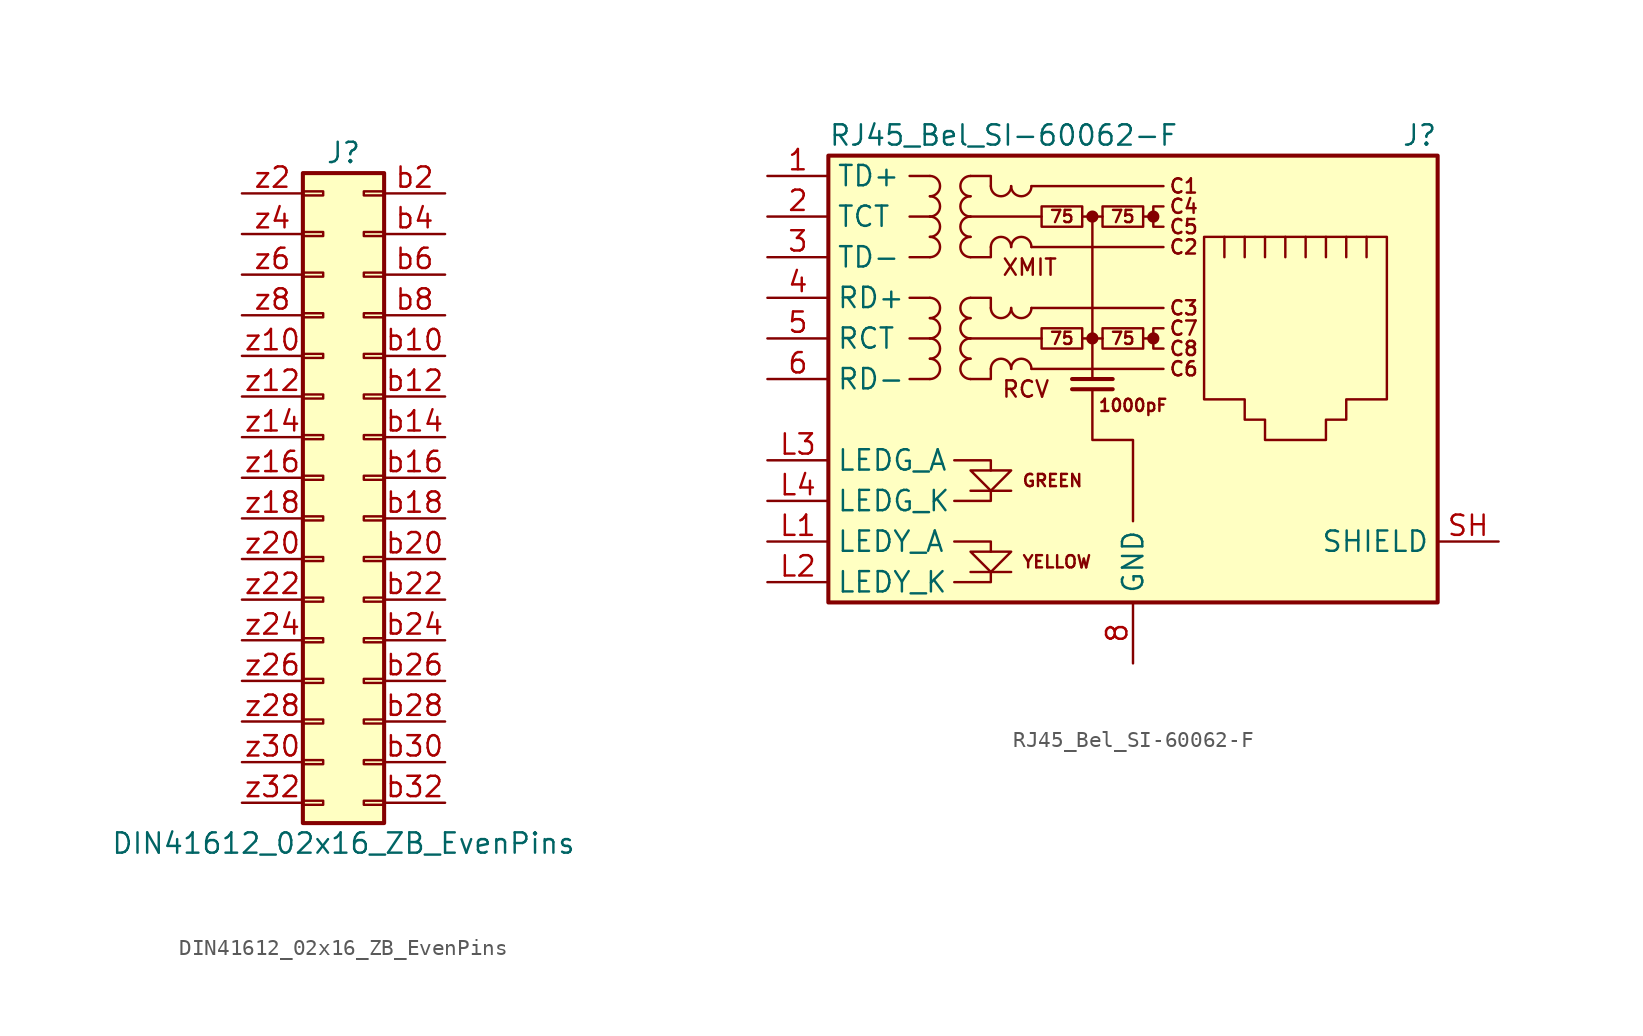
<source format=kicad_sym>
(kicad_symbol_lib
  (version 20201005)
  (generator kicad_symbol_editor)
  (symbol "Connector:DIN41612_02x16_ZB_EvenPins"
    (pin_names
      (offset 1.016) hide)
    (property "Reference" "J"
      (at 1.27 20.32 0)
      (effects (font (size 1.27 1.27))))
    (property "Value" "DIN41612_02x16_ZB_EvenPins"
      (at 1.27 -22.86 0)
      (effects (font (size 1.27 1.27))))
    (symbol "DIN41612_02x16_ZB_EvenPins_1_1"
      (rectangle (start -1.27 -20.193) (end 0 -20.447) (stroke (width 0.152)) (fill (type none)))
      (rectangle (start -1.27 -17.653) (end 0 -17.907) (stroke (width 0.152)) (fill (type none)))
      (rectangle (start -1.27 -15.113) (end 0 -15.367) (stroke (width 0.152)) (fill (type none)))
      (rectangle (start -1.27 -12.573) (end 0 -12.827) (stroke (width 0.152)) (fill (type none)))
      (rectangle (start -1.27 -10.033) (end 0 -10.287) (stroke (width 0.152)) (fill (type none)))
      (rectangle (start -1.27 -7.493) (end 0 -7.747) (stroke (width 0.152)) (fill (type none)))
      (rectangle (start -1.27 -4.953) (end 0 -5.207) (stroke (width 0.152)) (fill (type none)))
      (rectangle (start -1.27 -2.413) (end 0 -2.667) (stroke (width 0.152)) (fill (type none)))
      (rectangle (start -1.27 0.127) (end 0 -0.127) (stroke (width 0.152)) (fill (type none)))
      (rectangle (start -1.27 2.667) (end 0 2.413) (stroke (width 0.152)) (fill (type none)))
      (rectangle (start -1.27 5.207) (end 0 4.953) (stroke (width 0.152)) (fill (type none)))
      (rectangle (start -1.27 7.747) (end 0 7.493) (stroke (width 0.152)) (fill (type none)))
      (rectangle (start -1.27 10.287) (end 0 10.033) (stroke (width 0.152)) (fill (type none)))
      (rectangle (start -1.27 12.827) (end 0 12.573) (stroke (width 0.152)) (fill (type none)))
      (rectangle (start -1.27 15.367) (end 0 15.113) (stroke (width 0.152)) (fill (type none)))
      (rectangle (start -1.27 17.907) (end 0 17.653) (stroke (width 0.152)) (fill (type none)))
      (rectangle (start 3.81 -20.193) (end 2.54 -20.447) (stroke (width 0.152)) (fill (type none)))
      (rectangle (start 3.81 -17.653) (end 2.54 -17.907) (stroke (width 0.152)) (fill (type none)))
      (rectangle (start 3.81 -15.113) (end 2.54 -15.367) (stroke (width 0.152)) (fill (type none)))
      (rectangle (start 3.81 -12.573) (end 2.54 -12.827) (stroke (width 0.152)) (fill (type none)))
      (rectangle (start 3.81 -10.033) (end 2.54 -10.287) (stroke (width 0.152)) (fill (type none)))
      (rectangle (start 3.81 -7.493) (end 2.54 -7.747) (stroke (width 0.152)) (fill (type none)))
      (rectangle (start 3.81 -4.953) (end 2.54 -5.207) (stroke (width 0.152)) (fill (type none)))
      (rectangle (start 3.81 -2.413) (end 2.54 -2.667) (stroke (width 0.152)) (fill (type none)))
      (rectangle (start 3.81 0.127) (end 2.54 -0.127) (stroke (width 0.152)) (fill (type none)))
      (rectangle (start 3.81 2.667) (end 2.54 2.413) (stroke (width 0.152)) (fill (type none)))
      (rectangle (start 3.81 5.207) (end 2.54 4.953) (stroke (width 0.152)) (fill (type none)))
      (rectangle (start 3.81 7.747) (end 2.54 7.493) (stroke (width 0.152)) (fill (type none)))
      (rectangle (start 3.81 10.287) (end 2.54 10.033) (stroke (width 0.152)) (fill (type none)))
      (rectangle (start 3.81 12.827) (end 2.54 12.573) (stroke (width 0.152)) (fill (type none)))
      (rectangle (start 3.81 15.367) (end 2.54 15.113) (stroke (width 0.152)) (fill (type none)))
      (rectangle (start 3.81 17.907) (end 2.54 17.653) (stroke (width 0.152)) (fill (type none)))
      (rectangle (start -1.27 19.05) (end 3.81 -21.59) (stroke (width 0.254)) (fill (type background)))
      (pin passive line (at 7.62 7.62 180) (length 3.81) (name "Pin_b10" (effects (font (size 1.27 1.27)))) (number "b10" (effects (font (size 1.27 1.27)))))
      (pin passive line (at 7.62 5.08 180) (length 3.81) (name "Pin_b12" (effects (font (size 1.27 1.27)))) (number "b12" (effects (font (size 1.27 1.27)))))
      (pin passive line (at 7.62 2.54 180) (length 3.81) (name "Pin_b14" (effects (font (size 1.27 1.27)))) (number "b14" (effects (font (size 1.27 1.27)))))
      (pin passive line (at 7.62 0 180) (length 3.81) (name "Pin_b16" (effects (font (size 1.27 1.27)))) (number "b16" (effects (font (size 1.27 1.27)))))
      (pin passive line (at 7.62 -2.54 180) (length 3.81) (name "Pin_b18" (effects (font (size 1.27 1.27)))) (number "b18" (effects (font (size 1.27 1.27)))))
      (pin passive line (at 7.62 17.78 180) (length 3.81) (name "Pin_b2" (effects (font (size 1.27 1.27)))) (number "b2" (effects (font (size 1.27 1.27)))))
      (pin passive line (at 7.62 -5.08 180) (length 3.81) (name "Pin_b20" (effects (font (size 1.27 1.27)))) (number "b20" (effects (font (size 1.27 1.27)))))
      (pin passive line (at 7.62 -7.62 180) (length 3.81) (name "Pin_b22" (effects (font (size 1.27 1.27)))) (number "b22" (effects (font (size 1.27 1.27)))))
      (pin passive line (at 7.62 -10.16 180) (length 3.81) (name "Pin_b24" (effects (font (size 1.27 1.27)))) (number "b24" (effects (font (size 1.27 1.27)))))
      (pin passive line (at 7.62 -12.7 180) (length 3.81) (name "Pin_b26" (effects (font (size 1.27 1.27)))) (number "b26" (effects (font (size 1.27 1.27)))))
      (pin passive line (at 7.62 -15.24 180) (length 3.81) (name "Pin_b28" (effects (font (size 1.27 1.27)))) (number "b28" (effects (font (size 1.27 1.27)))))
      (pin passive line (at 7.62 -17.78 180) (length 3.81) (name "Pin_b30" (effects (font (size 1.27 1.27)))) (number "b30" (effects (font (size 1.27 1.27)))))
      (pin passive line (at 7.62 -20.32 180) (length 3.81) (name "Pin_b32" (effects (font (size 1.27 1.27)))) (number "b32" (effects (font (size 1.27 1.27)))))
      (pin passive line (at 7.62 15.24 180) (length 3.81) (name "Pin_b4" (effects (font (size 1.27 1.27)))) (number "b4" (effects (font (size 1.27 1.27)))))
      (pin passive line (at 7.62 12.7 180) (length 3.81) (name "Pin_b6" (effects (font (size 1.27 1.27)))) (number "b6" (effects (font (size 1.27 1.27)))))
      (pin passive line (at 7.62 10.16 180) (length 3.81) (name "Pin_b8" (effects (font (size 1.27 1.27)))) (number "b8" (effects (font (size 1.27 1.27)))))
      (pin passive line (at -5.08 7.62 0) (length 3.81) (name "Pin_z10" (effects (font (size 1.27 1.27)))) (number "z10" (effects (font (size 1.27 1.27)))))
      (pin passive line (at -5.08 5.08 0) (length 3.81) (name "Pin_z12" (effects (font (size 1.27 1.27)))) (number "z12" (effects (font (size 1.27 1.27)))))
      (pin passive line (at -5.08 2.54 0) (length 3.81) (name "Pin_z14" (effects (font (size 1.27 1.27)))) (number "z14" (effects (font (size 1.27 1.27)))))
      (pin passive line (at -5.08 0 0) (length 3.81) (name "Pin_z16" (effects (font (size 1.27 1.27)))) (number "z16" (effects (font (size 1.27 1.27)))))
      (pin passive line (at -5.08 -2.54 0) (length 3.81) (name "Pin_z18" (effects (font (size 1.27 1.27)))) (number "z18" (effects (font (size 1.27 1.27)))))
      (pin passive line (at -5.08 17.78 0) (length 3.81) (name "Pin_z2" (effects (font (size 1.27 1.27)))) (number "z2" (effects (font (size 1.27 1.27)))))
      (pin passive line (at -5.08 -5.08 0) (length 3.81) (name "Pin_z20" (effects (font (size 1.27 1.27)))) (number "z20" (effects (font (size 1.27 1.27)))))
      (pin passive line (at -5.08 -7.62 0) (length 3.81) (name "Pin_z22" (effects (font (size 1.27 1.27)))) (number "z22" (effects (font (size 1.27 1.27)))))
      (pin passive line (at -5.08 -10.16 0) (length 3.81) (name "Pin_z24" (effects (font (size 1.27 1.27)))) (number "z24" (effects (font (size 1.27 1.27)))))
      (pin passive line (at -5.08 -12.7 0) (length 3.81) (name "Pin_z26" (effects (font (size 1.27 1.27)))) (number "z26" (effects (font (size 1.27 1.27)))))
      (pin passive line (at -5.08 -15.24 0) (length 3.81) (name "Pin_z28" (effects (font (size 1.27 1.27)))) (number "z28" (effects (font (size 1.27 1.27)))))
      (pin passive line (at -5.08 -17.78 0) (length 3.81) (name "Pin_z30" (effects (font (size 1.27 1.27)))) (number "z30" (effects (font (size 1.27 1.27)))))
      (pin passive line (at -5.08 -20.32 0) (length 3.81) (name "Pin_z32" (effects (font (size 1.27 1.27)))) (number "z32" (effects (font (size 1.27 1.27)))))
      (pin passive line (at -5.08 15.24 0) (length 3.81) (name "Pin_z4" (effects (font (size 1.27 1.27)))) (number "z4" (effects (font (size 1.27 1.27)))))
      (pin passive line (at -5.08 12.7 0) (length 3.81) (name "Pin_z6" (effects (font (size 1.27 1.27)))) (number "z6" (effects (font (size 1.27 1.27)))))
      (pin passive line (at -5.08 10.16 0) (length 3.81) (name "Pin_z8" (effects (font (size 1.27 1.27)))) (number "z8" (effects (font (size 1.27 1.27)))))))
  (symbol "Connector:RJ45_Bel_SI-60062-F"
    (property "Reference" "J"
      (at 19.05 15.24 0)
      (effects (font (size 1.27 1.27)) (justify right)))
    (property "Value" "RJ45_Bel_SI-60062-F"
      (at -19.05 15.24 0)
      (effects (font (size 1.27 1.27)) (justify left)))
    (symbol "RJ45_Bel_SI-60062-F_0_0"
      (circle (center -2.54 2.54) (radius 0.254) (stroke (width 0.254)) (fill (type outline)))
      (circle (center -2.54 10.16) (radius 0.254) (stroke (width 0.254)) (fill (type outline)))
      (circle (center 1.27 2.54) (radius 0.254) (stroke (width 0.254)) (fill (type outline)))
      (circle (center 1.27 10.16) (radius 0.254) (stroke (width 0.254)) (fill (type outline)))
      (text "1000pF" (at 0 -1.651 0) (effects (font (size 0.762 0.762))))
      (text "75" (at -4.445 2.54 0) (effects (font (size 0.762 0.762))))
      (text "75" (at -4.445 10.16 0) (effects (font (size 0.762 0.762))))
      (text "75" (at -0.635 2.54 0) (effects (font (size 0.762 0.762))))
      (text "75" (at -0.635 10.16 0) (effects (font (size 0.762 0.762))))
      (text "C1" (at 3.175 12.065 0) (effects (font (size 0.889 0.889))))
      (text "C2" (at 3.175 8.255 0) (effects (font (size 0.889 0.889))))
      (text "C3" (at 3.175 4.445 0) (effects (font (size 0.889 0.889))))
      (text "C4" (at 3.175 10.795 0) (effects (font (size 0.889 0.889))))
      (text "C5" (at 3.175 9.525 0) (effects (font (size 0.889 0.889))))
      (text "C6" (at 3.175 0.635 0) (effects (font (size 0.889 0.889))))
      (text "C7" (at 3.175 3.175 0) (effects (font (size 0.889 0.889))))
      (text "C8" (at 3.175 1.905 0) (effects (font (size 0.889 0.889))))
      (text "GREEN" (at -6.985 -6.35 0) (effects (font (size 0.762 0.762)) (justify left)))
      (text "RCV" (at -8.255 -0.635 0) (effects (font (size 1.016 1.016)) (justify left)))
      (text "XMIT" (at -8.255 6.985 0) (effects (font (size 1.016 1.016)) (justify left)))
      (text "YELLOW" (at -6.985 -11.43 0) (effects (font (size 0.762 0.762)) (justify left)))
      (polyline (pts (xy -7.62 -12.065) (xy -10.16 -12.065)) (stroke (width 0)) (fill (type none)))
      (polyline (pts (xy -7.62 -6.985) (xy -10.16 -6.985)) (stroke (width 0)) (fill (type none)))
      (polyline (pts (xy -2.54 10.16) (xy -2.54 0)) (stroke (width 0)) (fill (type none)))
      (polyline (pts (xy -1.27 -0.635) (xy -3.81 -0.635)) (stroke (width 0.254)) (fill (type none)))
      (polyline (pts (xy -1.27 0) (xy -3.81 0)) (stroke (width 0.254)) (fill (type none)))
      (polyline (pts (xy 1.27 2.54) (xy 0.635 2.54)) (stroke (width 0)) (fill (type none)))
      (polyline (pts (xy 1.27 10.16) (xy 0.635 10.16)) (stroke (width 0)) (fill (type none)))
      (polyline (pts (xy -11.176 -12.7) (xy -8.89 -12.7) (xy -8.89 -12.065)) (stroke (width 0)) (fill (type none)))
      (polyline (pts (xy -11.176 -10.16) (xy -8.89 -10.16) (xy -8.89 -10.795)) (stroke (width 0)) (fill (type none)))
      (polyline (pts (xy -11.176 -5.08) (xy -8.89 -5.08) (xy -8.89 -5.715)) (stroke (width 0)) (fill (type none)))
      (polyline (pts (xy -8.89 -6.985) (xy -8.89 -7.62) (xy -11.176 -7.62)) (stroke (width 0)) (fill (type none)))
      (polyline (pts (xy -10.16 -5.715) (xy -7.62 -5.715) (xy -8.89 -6.985) (xy -10.16 -5.715)) (stroke (width 0)) (fill (type none)))
      (polyline (pts (xy -7.62 -10.795) (xy -10.16 -10.795) (xy -8.89 -12.065) (xy -7.62 -10.795)) (stroke (width 0)) (fill (type none)))
      (polyline (pts (xy -2.54 -0.635) (xy -2.54 -3.81) (xy 0 -3.81) (xy 0 -8.89)) (stroke (width 0)) (fill (type none)))
      (polyline (pts (xy 1.905 3.175) (xy 1.27 3.175) (xy 1.27 1.905) (xy 1.905 1.905)) (stroke (width 0)) (fill (type none)))
      (polyline (pts (xy 1.905 10.795) (xy 1.27 10.795) (xy 1.27 9.525) (xy 1.905 9.525)) (stroke (width 0)) (fill (type none))))
    (symbol "RJ45_Bel_SI-60062-F_0_1"
      (arc (start -12.7 0) (end -12.7 1.27) (radius (at -12.7 0.635) (length 0.635) (angles -89.9 89.9)) (stroke (width 0)) (fill (type none)))
      (arc (start -12.7 1.27) (end -12.7 2.54) (radius (at -12.7 1.905) (length 0.635) (angles -89.9 89.9)) (stroke (width 0)) (fill (type none)))
      (arc (start -12.7 2.54) (end -12.7 3.81) (radius (at -12.7 3.175) (length 0.635) (angles -89.9 89.9)) (stroke (width 0)) (fill (type none)))
      (arc (start -12.7 3.81) (end -12.7 5.08) (radius (at -12.7 4.445) (length 0.635) (angles -89.9 89.9)) (stroke (width 0)) (fill (type none)))
      (arc (start -12.7 7.62) (end -12.7 8.89) (radius (at -12.7 8.255) (length 0.635) (angles -89.9 89.9)) (stroke (width 0)) (fill (type none)))
      (arc (start -12.7 8.89) (end -12.7 10.16) (radius (at -12.7 9.525) (length 0.635) (angles -89.9 89.9)) (stroke (width 0)) (fill (type none)))
      (arc (start -12.7 10.16) (end -12.7 11.43) (radius (at -12.7 10.795) (length 0.635) (angles -89.9 89.9)) (stroke (width 0)) (fill (type none)))
      (arc (start -12.7 11.43) (end -12.7 12.7) (radius (at -12.7 12.065) (length 0.635) (angles -89.9 89.9)) (stroke (width 0)) (fill (type none)))
      (arc (start -10.16 1.27) (end -10.16 0) (radius (at -10.16 0.635) (length 0.635) (angles 90.1 -90.1)) (stroke (width 0)) (fill (type none)))
      (arc (start -10.16 2.54) (end -10.16 1.27) (radius (at -10.16 1.905) (length 0.635) (angles 90.1 -90.1)) (stroke (width 0)) (fill (type none)))
      (arc (start -10.16 3.81) (end -10.16 2.54) (radius (at -10.16 3.175) (length 0.635) (angles 90.1 -90.1)) (stroke (width 0)) (fill (type none)))
      (arc (start -10.16 5.08) (end -10.16 3.81) (radius (at -10.16 4.445) (length 0.635) (angles 90.1 -90.1)) (stroke (width 0)) (fill (type none)))
      (arc (start -10.16 8.89) (end -10.16 7.62) (radius (at -10.16 8.255) (length 0.635) (angles 90.1 -90.1)) (stroke (width 0)) (fill (type none)))
      (arc (start -10.16 10.16) (end -10.16 8.89) (radius (at -10.16 9.525) (length 0.635) (angles 90.1 -90.1)) (stroke (width 0)) (fill (type none)))
      (arc (start -10.16 11.43) (end -10.16 10.16) (radius (at -10.16 10.795) (length 0.635) (angles 90.1 -90.1)) (stroke (width 0)) (fill (type none)))
      (arc (start -10.16 12.7) (end -10.16 11.43) (radius (at -10.16 12.065) (length 0.635) (angles 90.1 -90.1)) (stroke (width 0)) (fill (type none)))
      (arc (start -7.62 0.635) (end -8.89 0.635) (radius (at -8.255 0.635) (length 0.635) (angles 0.1 179.9)) (stroke (width 0)) (fill (type none)))
      (arc (start -8.89 4.445) (end -7.62 4.445) (radius (at -8.255 4.445) (length 0.635) (angles -179.9 -0.1)) (stroke (width 0)) (fill (type none)))
      (arc (start -7.62 8.255) (end -8.89 8.255) (radius (at -8.255 8.255) (length 0.635) (angles 0.1 179.9)) (stroke (width 0)) (fill (type none)))
      (arc (start -8.89 12.065) (end -7.62 12.065) (radius (at -8.255 12.065) (length 0.635) (angles -179.9 -0.1)) (stroke (width 0)) (fill (type none)))
      (arc (start -6.35 0.635) (end -7.62 0.635) (radius (at -6.985 0.635) (length 0.635) (angles 0.1 179.9)) (stroke (width 0)) (fill (type none)))
      (arc (start -7.62 4.445) (end -6.35 4.445) (radius (at -6.985 4.445) (length 0.635) (angles -179.9 -0.1)) (stroke (width 0)) (fill (type none)))
      (arc (start -6.35 8.255) (end -7.62 8.255) (radius (at -6.985 8.255) (length 0.635) (angles 0.1 179.9)) (stroke (width 0)) (fill (type none)))
      (arc (start -7.62 12.065) (end -6.35 12.065) (radius (at -6.985 12.065) (length 0.635) (angles -179.9 -0.1)) (stroke (width 0)) (fill (type none)))
      (rectangle (start -5.715 3.175) (end -3.175 1.905) (stroke (width 0)) (fill (type none)))
      (rectangle (start -5.715 10.795) (end -3.175 9.525) (stroke (width 0)) (fill (type none)))
      (rectangle (start -1.905 3.175) (end 0.635 1.905) (stroke (width 0)) (fill (type none)))
      (rectangle (start -1.905 10.795) (end 0.635 9.525) (stroke (width 0)) (fill (type none)))
      (rectangle (start -19.05 -13.97) (end 19.05 13.97) (stroke (width 0.254)) (fill (type background)))
      (polyline (pts (xy -12.7 0) (xy -13.97 0)) (stroke (width 0)) (fill (type none)))
      (polyline (pts (xy -12.7 2.54) (xy -13.97 2.54)) (stroke (width 0)) (fill (type none)))
      (polyline (pts (xy -12.7 5.08) (xy -13.97 5.08)) (stroke (width 0)) (fill (type none)))
      (polyline (pts (xy -12.7 7.62) (xy -13.97 7.62)) (stroke (width 0)) (fill (type none)))
      (polyline (pts (xy -12.7 10.16) (xy -13.97 10.16)) (stroke (width 0)) (fill (type none)))
      (polyline (pts (xy -12.7 12.7) (xy -13.97 12.7)) (stroke (width 0)) (fill (type none)))
      (polyline (pts (xy -6.35 0.635) (xy 1.905 0.635)) (stroke (width 0)) (fill (type none)))
      (polyline (pts (xy -6.35 4.445) (xy 1.905 4.445)) (stroke (width 0)) (fill (type none)))
      (polyline (pts (xy -6.35 8.255) (xy 1.905 8.255)) (stroke (width 0)) (fill (type none)))
      (polyline (pts (xy -6.35 12.065) (xy 1.905 12.065)) (stroke (width 0)) (fill (type none)))
      (polyline (pts (xy -5.715 2.54) (xy -10.16 2.54)) (stroke (width 0)) (fill (type none)))
      (polyline (pts (xy -5.715 10.16) (xy -10.16 10.16)) (stroke (width 0)) (fill (type none)))
      (polyline (pts (xy -3.175 2.54) (xy -1.905 2.54)) (stroke (width 0)) (fill (type none)))
      (polyline (pts (xy -3.175 10.16) (xy -1.905 10.16)) (stroke (width 0)) (fill (type none)))
      (polyline (pts (xy 5.715 7.62) (xy 5.715 8.89)) (stroke (width 0)) (fill (type none)))
      (polyline (pts (xy 6.985 8.89) (xy 6.985 7.62)) (stroke (width 0)) (fill (type none)))
      (polyline (pts (xy 8.255 8.89) (xy 8.255 7.62)) (stroke (width 0)) (fill (type none)))
      (polyline (pts (xy 9.525 8.89) (xy 9.525 7.62)) (stroke (width 0)) (fill (type none)))
      (polyline (pts (xy 10.795 8.89) (xy 10.795 7.62)) (stroke (width 0)) (fill (type none)))
      (polyline (pts (xy 12.065 8.89) (xy 12.065 7.62)) (stroke (width 0)) (fill (type none)))
      (polyline (pts (xy 13.335 7.62) (xy 13.335 8.89)) (stroke (width 0)) (fill (type none)))
      (polyline (pts (xy 14.605 7.62) (xy 14.605 8.89)) (stroke (width 0)) (fill (type none)))
      (polyline (pts (xy -10.16 5.08) (xy -8.89 5.08) (xy -8.89 4.445)) (stroke (width 0)) (fill (type none)))
      (polyline (pts (xy -10.16 12.7) (xy -8.89 12.7) (xy -8.89 12.065)) (stroke (width 0)) (fill (type none)))
      (polyline (pts (xy -8.89 0.635) (xy -8.89 0) (xy -10.16 0)) (stroke (width 0)) (fill (type none)))
      (polyline (pts (xy -8.89 8.255) (xy -8.89 7.62) (xy -10.16 7.62)) (stroke (width 0)) (fill (type none)))
      (polyline (pts (xy 4.445 8.89) (xy 15.875 8.89) (xy 15.875 -1.27) (xy 13.335 -1.27) (xy 13.335 -2.54) (xy 12.065 -2.54) (xy 12.065 -3.81) (xy 8.255 -3.81) (xy 8.255 -2.54) (xy 6.985 -2.54) (xy 6.985 -1.27) (xy 4.445 -1.27) (xy 4.445 8.89)) (stroke (width 0)) (fill (type none))))
    (symbol "RJ45_Bel_SI-60062-F_1_1"
      (pin passive line (at -22.86 12.7 0) (length 3.81) (name "TD+" (effects (font (size 1.27 1.27)))) (number "1" (effects (font (size 1.27 1.27)))))
      (pin passive line (at -22.86 10.16 0) (length 3.81) (name "TCT" (effects (font (size 1.27 1.27)))) (number "2" (effects (font (size 1.27 1.27)))))
      (pin passive line (at -22.86 7.62 0) (length 3.81) (name "TD-" (effects (font (size 1.27 1.27)))) (number "3" (effects (font (size 1.27 1.27)))))
      (pin passive line (at -22.86 5.08 0) (length 3.81) (name "RD+" (effects (font (size 1.27 1.27)))) (number "4" (effects (font (size 1.27 1.27)))))
      (pin passive line (at -22.86 2.54 0) (length 3.81) (name "RCT" (effects (font (size 1.27 1.27)))) (number "5" (effects (font (size 1.27 1.27)))))
      (pin passive line (at -22.86 0 0) (length 3.81) (name "RD-" (effects (font (size 1.27 1.27)))) (number "6" (effects (font (size 1.27 1.27)))))
      (pin no_connect line (at 5.08 -5.08 0) (length 0) hide (name "NC" (effects (font (size 1.27 1.27)))) (number "7" (effects (font (size 1.27 1.27)))))
      (pin power_in line (at 0 -17.78 90) (length 3.81) (name "GND" (effects (font (size 1.27 1.27)))) (number "8" (effects (font (size 1.27 1.27)))))
      (pin passive line (at -22.86 -10.16 0) (length 3.81) (name "LEDY_A" (effects (font (size 1.27 1.27)))) (number "L1" (effects (font (size 1.27 1.27)))))
      (pin passive line (at -22.86 -12.7 0) (length 3.81) (name "LEDY_K" (effects (font (size 1.27 1.27)))) (number "L2" (effects (font (size 1.27 1.27)))))
      (pin passive line (at -22.86 -5.08 0) (length 3.81) (name "LEDG_A" (effects (font (size 1.27 1.27)))) (number "L3" (effects (font (size 1.27 1.27)))))
      (pin passive line (at -22.86 -7.62 0) (length 3.81) (name "LEDG_K" (effects (font (size 1.27 1.27)))) (number "L4" (effects (font (size 1.27 1.27)))))
      (pin passive line (at 22.86 -10.16 180) (length 3.81) (name "SHIELD" (effects (font (size 1.27 1.27)))) (number "SH" (effects (font (size 1.27 1.27))))))))
</source>
